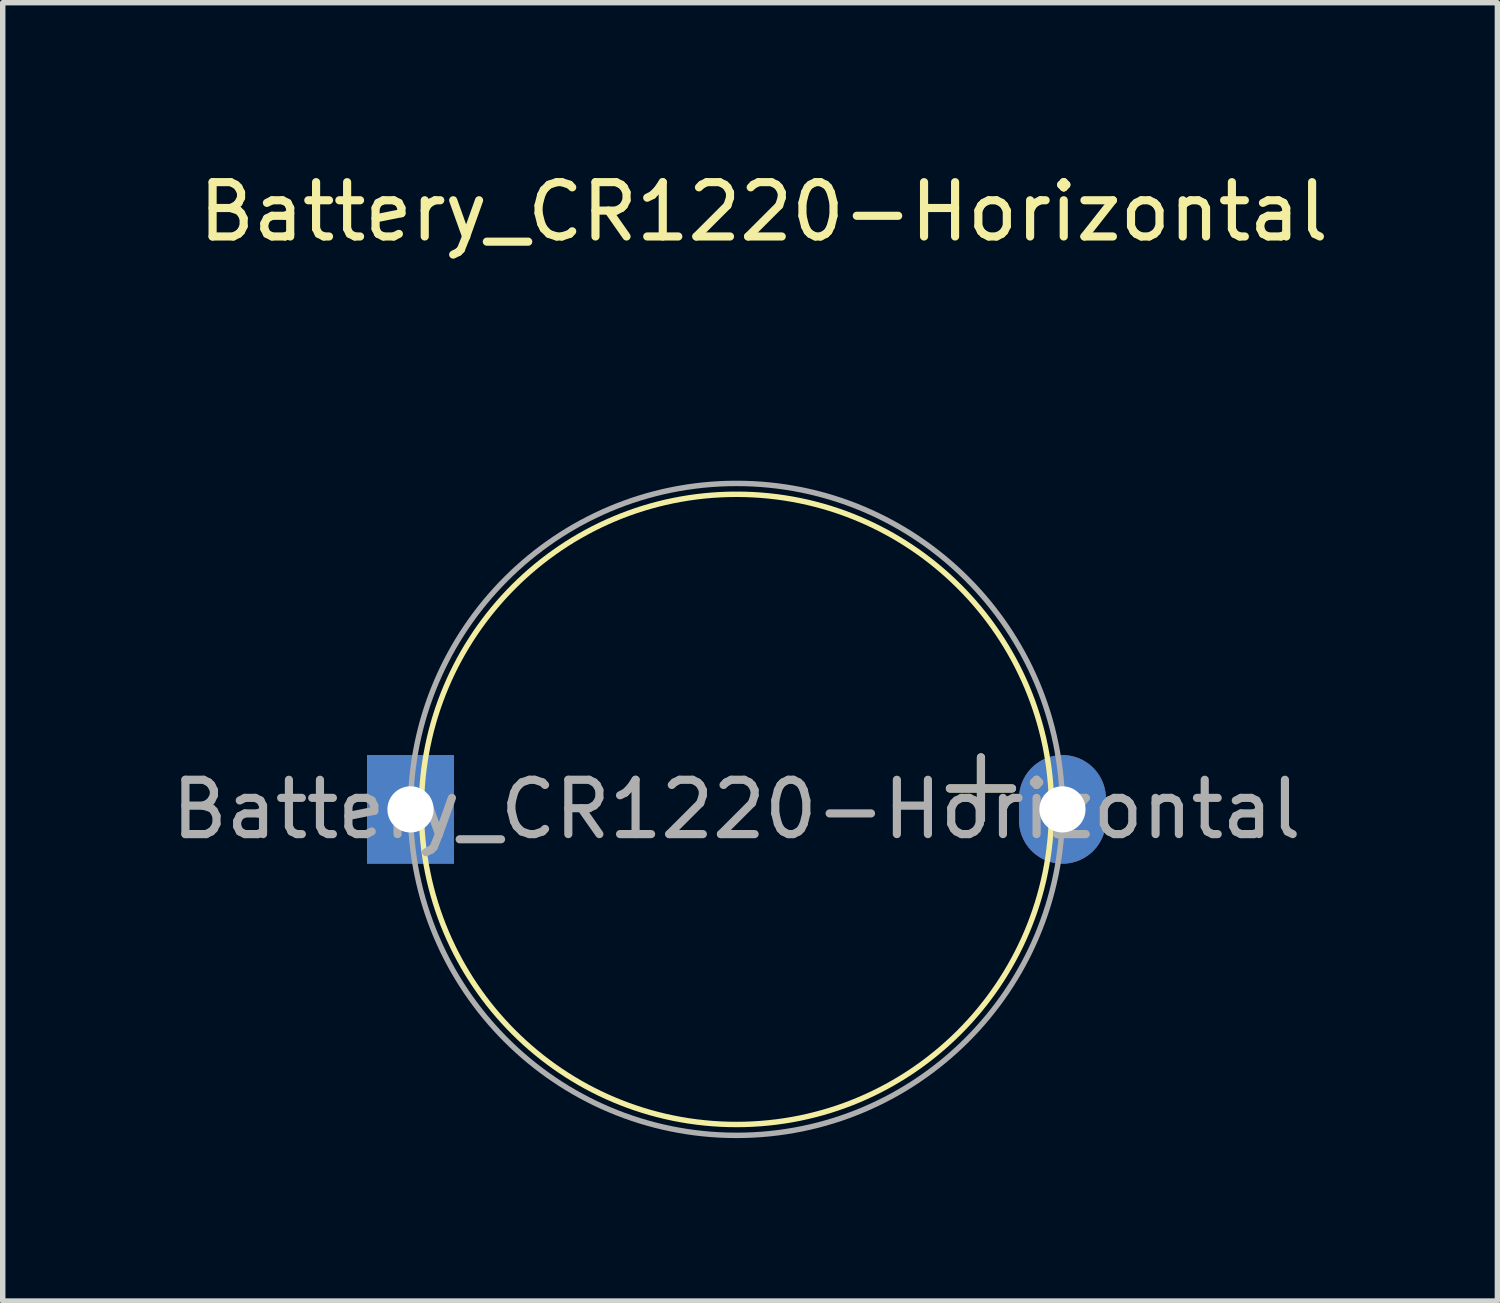
<source format=kicad_pcb>
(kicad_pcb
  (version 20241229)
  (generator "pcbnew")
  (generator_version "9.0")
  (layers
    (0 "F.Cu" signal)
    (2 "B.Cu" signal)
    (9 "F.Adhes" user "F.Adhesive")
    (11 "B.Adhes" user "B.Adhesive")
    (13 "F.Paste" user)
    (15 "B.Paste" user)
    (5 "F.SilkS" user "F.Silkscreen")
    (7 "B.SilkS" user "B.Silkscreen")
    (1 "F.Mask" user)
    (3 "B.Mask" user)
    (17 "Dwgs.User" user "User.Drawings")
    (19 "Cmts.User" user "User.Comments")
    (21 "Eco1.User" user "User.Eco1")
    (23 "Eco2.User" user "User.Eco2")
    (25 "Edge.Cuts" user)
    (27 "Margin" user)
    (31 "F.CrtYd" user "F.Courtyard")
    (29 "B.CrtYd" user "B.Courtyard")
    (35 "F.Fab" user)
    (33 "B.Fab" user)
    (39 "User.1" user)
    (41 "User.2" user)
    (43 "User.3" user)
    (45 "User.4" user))
  (footprint "Battery_CR1220-Horizontal"
    (layer "F.Cu")
    (at 10.506 11.848)
    (property "Reference" "Battery_CR1220-Horizontal" (at 0.5 -11 0) (layer "F.SilkS") (effects (font (size 1 1) (thickness 0.15))))
    (attr through_hole)
    (fp_circle (center 0 0) (end 5.8 0) (stroke (width 0.1) (type default)) (fill no) (layer "F.SilkS"))
    (fp_circle (center 0 0) (end 6 0) (stroke (width 0.1) (type default)) (fill no) (layer "F.Fab"))
    (fp_text user "+" (at 4.5 -0.5 0) (layer "F.SilkS") (effects (font (size 1.5 1.5) (thickness 0.15))))
    (fp_text user "+" (at 4.5 -0.5 0) (layer "F.Fab") (effects (font (size 1.5 1.5) (thickness 0.15))))
    (fp_text user "${REFERENCE}" (at 0 0 0) (layer "F.Fab") (effects (font (size 1 1) (thickness 0.15))))
    (pad "1" thru_hole oval (at 6 0) (size 1.6 2) (drill 0.85) (layers "*.Cu" "*.Mask"))
    (pad "2" thru_hole rect (at -6 0) (size 1.6 2) (drill 0.85) (layers "*.Cu" "*.Mask")))
  (gr_rect
    (start -3 -3)
    (end 24.512 20.898)
    (stroke (width 0.1) (type default))
    (fill no)
    (layer "Edge.Cuts")))
</source>
